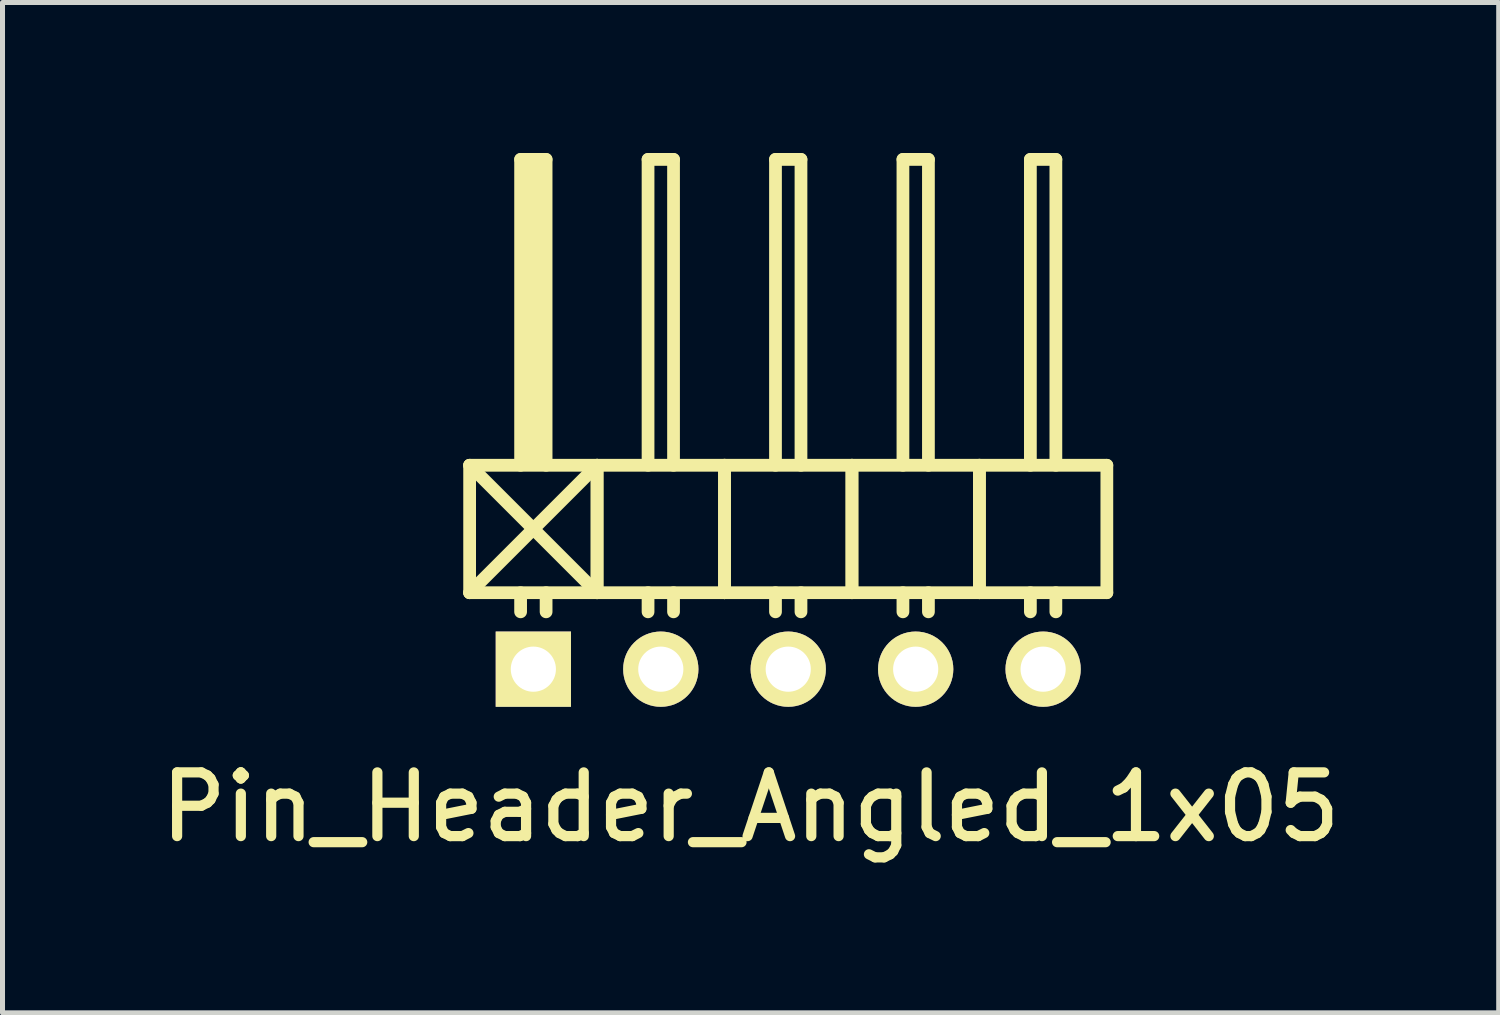
<source format=kicad_pcb>
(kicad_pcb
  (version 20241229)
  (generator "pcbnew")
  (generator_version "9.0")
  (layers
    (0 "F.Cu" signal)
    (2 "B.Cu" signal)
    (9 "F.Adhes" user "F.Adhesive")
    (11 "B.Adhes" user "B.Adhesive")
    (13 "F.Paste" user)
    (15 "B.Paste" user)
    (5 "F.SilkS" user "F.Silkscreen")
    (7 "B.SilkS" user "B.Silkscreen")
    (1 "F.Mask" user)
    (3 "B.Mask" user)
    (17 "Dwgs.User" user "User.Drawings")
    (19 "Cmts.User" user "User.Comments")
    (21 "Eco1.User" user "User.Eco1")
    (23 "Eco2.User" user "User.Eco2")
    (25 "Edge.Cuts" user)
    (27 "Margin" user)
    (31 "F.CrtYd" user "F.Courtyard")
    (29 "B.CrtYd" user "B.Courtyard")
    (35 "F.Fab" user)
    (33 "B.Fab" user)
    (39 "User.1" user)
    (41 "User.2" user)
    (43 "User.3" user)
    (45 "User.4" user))
  (footprint "Pin_Header_Angled_1x05"
    (layer "F.Cu")
    (at 12.66 10.287)
    (property "Reference" "Pin_Header_Angled_1x05" (at -0.75 2.75 0) (layer "F.SilkS") (effects (font (size 1.27 1.27) (thickness 0.203))))
    (attr through_hole)
    (fp_line (start -6.35 -4.064) (end -3.81 -1.524) (stroke (width 0.254) (type solid)) (layer "F.SilkS"))
    (fp_line (start -6.35 -1.524) (end -6.35 -4.064) (stroke (width 0.254) (type solid)) (layer "F.SilkS"))
    (fp_line (start -6.35 -1.524) (end -3.81 -1.524) (stroke (width 0.254) (type solid)) (layer "F.SilkS"))
    (fp_line (start -5.334 -10.16) (end -4.826 -10.16) (stroke (width 0.254) (type solid)) (layer "F.SilkS"))
    (fp_line (start -5.334 -4.064) (end -5.334 -10.16) (stroke (width 0.254) (type solid)) (layer "F.SilkS"))
    (fp_line (start -5.334 -1.524) (end -5.334 -1.143) (stroke (width 0.254) (type solid)) (layer "F.SilkS"))
    (fp_line (start -5.207 -10.033) (end -4.953 -10.033) (stroke (width 0.254) (type solid)) (layer "F.SilkS"))
    (fp_line (start -5.207 -4.191) (end -5.207 -10.033) (stroke (width 0.254) (type solid)) (layer "F.SilkS"))
    (fp_line (start -5.08 -4.191) (end -5.08 -10.033) (stroke (width 0.254) (type solid)) (layer "F.SilkS"))
    (fp_line (start -4.953 -10.033) (end -4.953 -4.191) (stroke (width 0.254) (type solid)) (layer "F.SilkS"))
    (fp_line (start -4.953 -4.191) (end -5.08 -4.191) (stroke (width 0.254) (type solid)) (layer "F.SilkS"))
    (fp_line (start -4.826 -10.16) (end -4.826 -4.064) (stroke (width 0.254) (type solid)) (layer "F.SilkS"))
    (fp_line (start -4.826 -1.524) (end -4.826 -1.143) (stroke (width 0.254) (type solid)) (layer "F.SilkS"))
    (fp_line (start -3.81 -4.064) (end -6.35 -4.064) (stroke (width 0.254) (type solid)) (layer "F.SilkS"))
    (fp_line (start -3.81 -4.064) (end -6.35 -1.524) (stroke (width 0.254) (type solid)) (layer "F.SilkS"))
    (fp_line (start -3.81 -1.524) (end -3.81 -4.064) (stroke (width 0.254) (type solid)) (layer "F.SilkS"))
    (fp_line (start -3.81 -1.524) (end -3.81 -4.064) (stroke (width 0.254) (type solid)) (layer "F.SilkS"))
    (fp_line (start -3.81 -1.524) (end -1.27 -1.524) (stroke (width 0.254) (type solid)) (layer "F.SilkS"))
    (fp_line (start -2.794 -10.16) (end -2.286 -10.16) (stroke (width 0.254) (type solid)) (layer "F.SilkS"))
    (fp_line (start -2.794 -4.064) (end -2.794 -10.16) (stroke (width 0.254) (type solid)) (layer "F.SilkS"))
    (fp_line (start -2.794 -1.524) (end -2.794 -1.143) (stroke (width 0.254) (type solid)) (layer "F.SilkS"))
    (fp_line (start -2.286 -10.16) (end -2.286 -4.064) (stroke (width 0.254) (type solid)) (layer "F.SilkS"))
    (fp_line (start -2.286 -1.524) (end -2.286 -1.143) (stroke (width 0.254) (type solid)) (layer "F.SilkS"))
    (fp_line (start -1.27 -4.064) (end -3.81 -4.064) (stroke (width 0.254) (type solid)) (layer "F.SilkS"))
    (fp_line (start -1.27 -1.524) (end -1.27 -4.064) (stroke (width 0.254) (type solid)) (layer "F.SilkS"))
    (fp_line (start -1.27 -1.524) (end -1.27 -4.064) (stroke (width 0.254) (type solid)) (layer "F.SilkS"))
    (fp_line (start -1.27 -1.524) (end 1.27 -1.524) (stroke (width 0.254) (type solid)) (layer "F.SilkS"))
    (fp_line (start -0.254 -10.16) (end 0.254 -10.16) (stroke (width 0.254) (type solid)) (layer "F.SilkS"))
    (fp_line (start -0.254 -4.064) (end -0.254 -10.16) (stroke (width 0.254) (type solid)) (layer "F.SilkS"))
    (fp_line (start -0.254 -1.524) (end -0.254 -1.143) (stroke (width 0.254) (type solid)) (layer "F.SilkS"))
    (fp_line (start 0.254 -10.16) (end 0.254 -4.064) (stroke (width 0.254) (type solid)) (layer "F.SilkS"))
    (fp_line (start 0.254 -1.524) (end 0.254 -1.143) (stroke (width 0.254) (type solid)) (layer "F.SilkS"))
    (fp_line (start 1.27 -4.064) (end -1.27 -4.064) (stroke (width 0.254) (type solid)) (layer "F.SilkS"))
    (fp_line (start 1.27 -1.524) (end 1.27 -4.064) (stroke (width 0.254) (type solid)) (layer "F.SilkS"))
    (fp_line (start 1.27 -1.524) (end 1.27 -4.064) (stroke (width 0.254) (type solid)) (layer "F.SilkS"))
    (fp_line (start 1.27 -1.524) (end 3.81 -1.524) (stroke (width 0.254) (type solid)) (layer "F.SilkS"))
    (fp_line (start 2.286 -10.16) (end 2.794 -10.16) (stroke (width 0.254) (type solid)) (layer "F.SilkS"))
    (fp_line (start 2.286 -4.064) (end 2.286 -10.16) (stroke (width 0.254) (type solid)) (layer "F.SilkS"))
    (fp_line (start 2.286 -1.524) (end 2.286 -1.143) (stroke (width 0.254) (type solid)) (layer "F.SilkS"))
    (fp_line (start 2.794 -10.16) (end 2.794 -4.064) (stroke (width 0.254) (type solid)) (layer "F.SilkS"))
    (fp_line (start 2.794 -1.524) (end 2.794 -1.143) (stroke (width 0.254) (type solid)) (layer "F.SilkS"))
    (fp_line (start 3.81 -4.064) (end 1.27 -4.064) (stroke (width 0.254) (type solid)) (layer "F.SilkS"))
    (fp_line (start 3.81 -1.524) (end 3.81 -4.064) (stroke (width 0.254) (type solid)) (layer "F.SilkS"))
    (fp_line (start 3.81 -1.524) (end 3.81 -4.064) (stroke (width 0.254) (type solid)) (layer "F.SilkS"))
    (fp_line (start 3.81 -1.524) (end 6.35 -1.524) (stroke (width 0.254) (type solid)) (layer "F.SilkS"))
    (fp_line (start 4.826 -10.16) (end 5.334 -10.16) (stroke (width 0.254) (type solid)) (layer "F.SilkS"))
    (fp_line (start 4.826 -4.064) (end 4.826 -10.16) (stroke (width 0.254) (type solid)) (layer "F.SilkS"))
    (fp_line (start 4.826 -1.524) (end 4.826 -1.143) (stroke (width 0.254) (type solid)) (layer "F.SilkS"))
    (fp_line (start 5.334 -10.16) (end 5.334 -4.064) (stroke (width 0.254) (type solid)) (layer "F.SilkS"))
    (fp_line (start 5.334 -1.524) (end 5.334 -1.143) (stroke (width 0.254) (type solid)) (layer "F.SilkS"))
    (fp_line (start 6.35 -4.064) (end 3.81 -4.064) (stroke (width 0.254) (type solid)) (layer "F.SilkS"))
    (fp_line (start 6.35 -1.524) (end 6.35 -4.064) (stroke (width 0.254) (type solid)) (layer "F.SilkS"))
    (pad "1" thru_hole rect (at -5.08 0) (size 1.5 1.5) (drill 0.9) (layers "*.Cu" "*.Mask" "F.SilkS"))
    (pad "2" thru_hole oval (at -2.54 0) (size 1.5 1.5) (drill 0.9) (layers "*.Cu" "*.Mask" "F.SilkS"))
    (pad "3" thru_hole oval (at 0 0) (size 1.5 1.5) (drill 0.9) (layers "*.Cu" "*.Mask" "F.SilkS"))
    (pad "4" thru_hole oval (at 2.54 0) (size 1.5 1.5) (drill 0.9) (layers "*.Cu" "*.Mask" "F.SilkS"))
    (pad "5" thru_hole oval (at 5.08 0) (size 1.5 1.5) (drill 0.9) (layers "*.Cu" "*.Mask" "F.SilkS")))
  (gr_rect
    (start -3 -3)
    (end 26.82 17.137)
    (stroke (width 0.1) (type default))
    (fill no)
    (layer "Edge.Cuts")))
</source>
